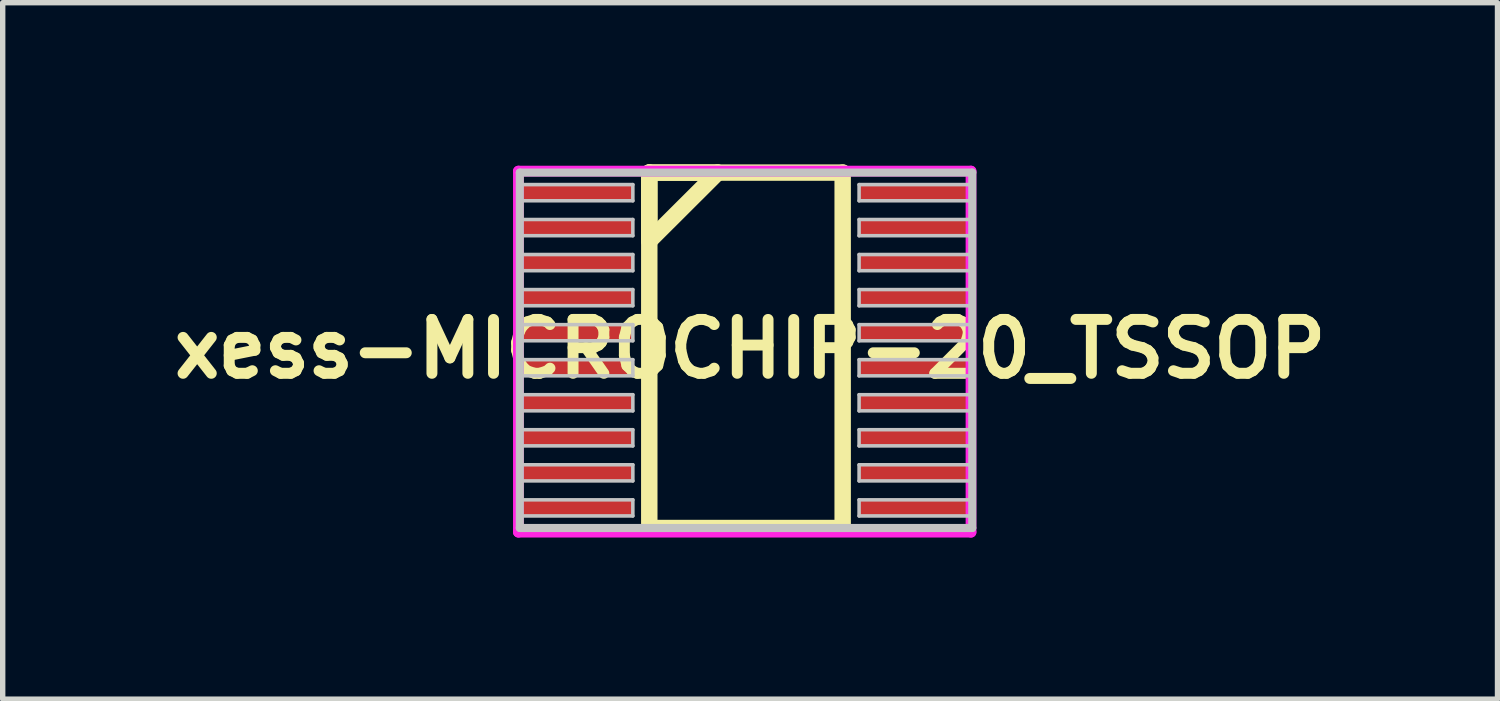
<source format=kicad_pcb>
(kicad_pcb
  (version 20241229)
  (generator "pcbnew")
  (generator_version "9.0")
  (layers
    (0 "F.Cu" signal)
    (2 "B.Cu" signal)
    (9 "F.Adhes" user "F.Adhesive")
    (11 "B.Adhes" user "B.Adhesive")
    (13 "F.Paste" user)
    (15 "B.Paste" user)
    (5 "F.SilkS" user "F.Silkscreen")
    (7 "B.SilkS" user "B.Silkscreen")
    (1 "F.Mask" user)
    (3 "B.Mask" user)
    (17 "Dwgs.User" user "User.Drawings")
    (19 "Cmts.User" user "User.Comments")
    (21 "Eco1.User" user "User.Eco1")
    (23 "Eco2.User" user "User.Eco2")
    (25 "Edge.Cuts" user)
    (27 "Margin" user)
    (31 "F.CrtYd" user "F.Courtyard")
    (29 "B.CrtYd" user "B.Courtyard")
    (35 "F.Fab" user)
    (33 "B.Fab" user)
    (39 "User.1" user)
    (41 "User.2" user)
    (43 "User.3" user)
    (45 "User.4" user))
  (footprint "xess-MICROCHIP-20_TSSOP"
    (layer "F.Cu")
    (at 7.971 0.526)
    (property "Reference" "xess-MICROCHIP-20_TSSOP" (at 2.9 2.9 180) (layer "F.SilkS") (effects (font (size 1 1) (thickness 0.203))))
    (attr smd)
    (fp_line (start 1.029 -0.373) (end 1.029 0.894) (stroke (width 0.305) (type solid)) (layer "F.SilkS"))
    (fp_line (start 1.029 -0.373) (end 1.029 6.223) (stroke (width 0.305) (type solid)) (layer "F.SilkS"))
    (fp_line (start 1.029 0.894) (end 2.299 -0.373) (stroke (width 0.305) (type solid)) (layer "F.SilkS"))
    (fp_line (start 1.029 6.223) (end 4.618 6.223) (stroke (width 0.305) (type solid)) (layer "F.SilkS"))
    (fp_line (start 2.299 -0.373) (end 1.029 -0.373) (stroke (width 0.305) (type solid)) (layer "F.SilkS"))
    (fp_line (start 4.618 -0.373) (end 1.029 -0.373) (stroke (width 0.305) (type solid)) (layer "F.SilkS"))
    (fp_line (start 4.618 6.223) (end 4.618 -0.373) (stroke (width 0.305) (type solid)) (layer "F.SilkS"))
    (fp_line (start -1.374 -0.373) (end -1.374 6.223) (stroke (width 0.15) (type solid)) (layer "Dwgs.User"))
    (fp_line (start -1.374 -0.15) (end 0.724 -0.15) (stroke (width 0.066) (type solid)) (layer "Dwgs.User"))
    (fp_line (start -1.374 0.15) (end -1.374 -0.15) (stroke (width 0.066) (type solid)) (layer "Dwgs.User"))
    (fp_line (start -1.374 0.15) (end 0.724 0.15) (stroke (width 0.066) (type solid)) (layer "Dwgs.User"))
    (fp_line (start -1.374 0.498) (end 0.724 0.498) (stroke (width 0.066) (type solid)) (layer "Dwgs.User"))
    (fp_line (start -1.374 0.798) (end -1.374 0.498) (stroke (width 0.066) (type solid)) (layer "Dwgs.User"))
    (fp_line (start -1.374 0.798) (end 0.724 0.798) (stroke (width 0.066) (type solid)) (layer "Dwgs.User"))
    (fp_line (start -1.374 1.148) (end 0.724 1.148) (stroke (width 0.066) (type solid)) (layer "Dwgs.User"))
    (fp_line (start -1.374 1.448) (end -1.374 1.148) (stroke (width 0.066) (type solid)) (layer "Dwgs.User"))
    (fp_line (start -1.374 1.448) (end 0.724 1.448) (stroke (width 0.066) (type solid)) (layer "Dwgs.User"))
    (fp_line (start -1.374 1.798) (end 0.724 1.798) (stroke (width 0.066) (type solid)) (layer "Dwgs.User"))
    (fp_line (start -1.374 2.098) (end -1.374 1.798) (stroke (width 0.066) (type solid)) (layer "Dwgs.User"))
    (fp_line (start -1.374 2.098) (end 0.724 2.098) (stroke (width 0.066) (type solid)) (layer "Dwgs.User"))
    (fp_line (start -1.374 2.449) (end 0.724 2.449) (stroke (width 0.066) (type solid)) (layer "Dwgs.User"))
    (fp_line (start -1.374 2.748) (end -1.374 2.449) (stroke (width 0.066) (type solid)) (layer "Dwgs.User"))
    (fp_line (start -1.374 2.748) (end 0.724 2.748) (stroke (width 0.066) (type solid)) (layer "Dwgs.User"))
    (fp_line (start -1.374 3.099) (end 0.724 3.099) (stroke (width 0.066) (type solid)) (layer "Dwgs.User"))
    (fp_line (start -1.374 3.399) (end -1.374 3.099) (stroke (width 0.066) (type solid)) (layer "Dwgs.User"))
    (fp_line (start -1.374 3.399) (end 0.724 3.399) (stroke (width 0.066) (type solid)) (layer "Dwgs.User"))
    (fp_line (start -1.374 3.749) (end 0.724 3.749) (stroke (width 0.066) (type solid)) (layer "Dwgs.User"))
    (fp_line (start -1.374 4.049) (end -1.374 3.749) (stroke (width 0.066) (type solid)) (layer "Dwgs.User"))
    (fp_line (start -1.374 4.049) (end 0.724 4.049) (stroke (width 0.066) (type solid)) (layer "Dwgs.User"))
    (fp_line (start -1.374 4.399) (end 0.724 4.399) (stroke (width 0.066) (type solid)) (layer "Dwgs.User"))
    (fp_line (start -1.374 4.699) (end -1.374 4.399) (stroke (width 0.066) (type solid)) (layer "Dwgs.User"))
    (fp_line (start -1.374 4.699) (end 0.724 4.699) (stroke (width 0.066) (type solid)) (layer "Dwgs.User"))
    (fp_line (start -1.374 5.05) (end 0.724 5.05) (stroke (width 0.066) (type solid)) (layer "Dwgs.User"))
    (fp_line (start -1.374 5.349) (end -1.374 5.05) (stroke (width 0.066) (type solid)) (layer "Dwgs.User"))
    (fp_line (start -1.374 5.349) (end 0.724 5.349) (stroke (width 0.066) (type solid)) (layer "Dwgs.User"))
    (fp_line (start -1.374 5.7) (end 0.724 5.7) (stroke (width 0.066) (type solid)) (layer "Dwgs.User"))
    (fp_line (start -1.374 5.999) (end -1.374 5.7) (stroke (width 0.066) (type solid)) (layer "Dwgs.User"))
    (fp_line (start -1.374 5.999) (end 0.724 5.999) (stroke (width 0.066) (type solid)) (layer "Dwgs.User"))
    (fp_line (start -1.374 6.223) (end 7.023 6.223) (stroke (width 0.15) (type solid)) (layer "Dwgs.User"))
    (fp_line (start 0.724 0.15) (end 0.724 -0.15) (stroke (width 0.066) (type solid)) (layer "Dwgs.User"))
    (fp_line (start 0.724 0.798) (end 0.724 0.498) (stroke (width 0.066) (type solid)) (layer "Dwgs.User"))
    (fp_line (start 0.724 1.448) (end 0.724 1.148) (stroke (width 0.066) (type solid)) (layer "Dwgs.User"))
    (fp_line (start 0.724 2.098) (end 0.724 1.798) (stroke (width 0.066) (type solid)) (layer "Dwgs.User"))
    (fp_line (start 0.724 2.748) (end 0.724 2.449) (stroke (width 0.066) (type solid)) (layer "Dwgs.User"))
    (fp_line (start 0.724 3.399) (end 0.724 3.099) (stroke (width 0.066) (type solid)) (layer "Dwgs.User"))
    (fp_line (start 0.724 4.049) (end 0.724 3.749) (stroke (width 0.066) (type solid)) (layer "Dwgs.User"))
    (fp_line (start 0.724 4.699) (end 0.724 4.399) (stroke (width 0.066) (type solid)) (layer "Dwgs.User"))
    (fp_line (start 0.724 5.349) (end 0.724 5.05) (stroke (width 0.066) (type solid)) (layer "Dwgs.User"))
    (fp_line (start 0.724 5.999) (end 0.724 5.7) (stroke (width 0.066) (type solid)) (layer "Dwgs.User"))
    (fp_line (start 4.923 -0.15) (end 7.023 -0.15) (stroke (width 0.066) (type solid)) (layer "Dwgs.User"))
    (fp_line (start 4.923 0.15) (end 4.923 -0.15) (stroke (width 0.066) (type solid)) (layer "Dwgs.User"))
    (fp_line (start 4.923 0.15) (end 7.023 0.15) (stroke (width 0.066) (type solid)) (layer "Dwgs.User"))
    (fp_line (start 4.923 0.498) (end 7.023 0.498) (stroke (width 0.066) (type solid)) (layer "Dwgs.User"))
    (fp_line (start 4.923 0.798) (end 4.923 0.498) (stroke (width 0.066) (type solid)) (layer "Dwgs.User"))
    (fp_line (start 4.923 0.798) (end 7.023 0.798) (stroke (width 0.066) (type solid)) (layer "Dwgs.User"))
    (fp_line (start 4.923 1.148) (end 7.023 1.148) (stroke (width 0.066) (type solid)) (layer "Dwgs.User"))
    (fp_line (start 4.923 1.448) (end 4.923 1.148) (stroke (width 0.066) (type solid)) (layer "Dwgs.User"))
    (fp_line (start 4.923 1.448) (end 7.023 1.448) (stroke (width 0.066) (type solid)) (layer "Dwgs.User"))
    (fp_line (start 4.923 1.798) (end 7.023 1.798) (stroke (width 0.066) (type solid)) (layer "Dwgs.User"))
    (fp_line (start 4.923 2.098) (end 4.923 1.798) (stroke (width 0.066) (type solid)) (layer "Dwgs.User"))
    (fp_line (start 4.923 2.098) (end 7.023 2.098) (stroke (width 0.066) (type solid)) (layer "Dwgs.User"))
    (fp_line (start 4.923 2.449) (end 7.023 2.449) (stroke (width 0.066) (type solid)) (layer "Dwgs.User"))
    (fp_line (start 4.923 2.748) (end 4.923 2.449) (stroke (width 0.066) (type solid)) (layer "Dwgs.User"))
    (fp_line (start 4.923 2.748) (end 7.023 2.748) (stroke (width 0.066) (type solid)) (layer "Dwgs.User"))
    (fp_line (start 4.923 3.099) (end 7.023 3.099) (stroke (width 0.066) (type solid)) (layer "Dwgs.User"))
    (fp_line (start 4.923 3.399) (end 4.923 3.099) (stroke (width 0.066) (type solid)) (layer "Dwgs.User"))
    (fp_line (start 4.923 3.399) (end 7.023 3.399) (stroke (width 0.066) (type solid)) (layer "Dwgs.User"))
    (fp_line (start 4.923 3.749) (end 7.023 3.749) (stroke (width 0.066) (type solid)) (layer "Dwgs.User"))
    (fp_line (start 4.923 4.049) (end 4.923 3.749) (stroke (width 0.066) (type solid)) (layer "Dwgs.User"))
    (fp_line (start 4.923 4.049) (end 7.023 4.049) (stroke (width 0.066) (type solid)) (layer "Dwgs.User"))
    (fp_line (start 4.923 4.399) (end 7.023 4.399) (stroke (width 0.066) (type solid)) (layer "Dwgs.User"))
    (fp_line (start 4.923 4.699) (end 4.923 4.399) (stroke (width 0.066) (type solid)) (layer "Dwgs.User"))
    (fp_line (start 4.923 4.699) (end 7.023 4.699) (stroke (width 0.066) (type solid)) (layer "Dwgs.User"))
    (fp_line (start 4.923 5.05) (end 7.023 5.05) (stroke (width 0.066) (type solid)) (layer "Dwgs.User"))
    (fp_line (start 4.923 5.349) (end 4.923 5.05) (stroke (width 0.066) (type solid)) (layer "Dwgs.User"))
    (fp_line (start 4.923 5.349) (end 7.023 5.349) (stroke (width 0.066) (type solid)) (layer "Dwgs.User"))
    (fp_line (start 4.923 5.7) (end 7.023 5.7) (stroke (width 0.066) (type solid)) (layer "Dwgs.User"))
    (fp_line (start 4.923 5.999) (end 4.923 5.7) (stroke (width 0.066) (type solid)) (layer "Dwgs.User"))
    (fp_line (start 4.923 5.999) (end 7.023 5.999) (stroke (width 0.066) (type solid)) (layer "Dwgs.User"))
    (fp_line (start 7.023 -0.373) (end -1.374 -0.373) (stroke (width 0.15) (type solid)) (layer "Dwgs.User"))
    (fp_line (start 7.023 0.15) (end 7.023 -0.15) (stroke (width 0.066) (type solid)) (layer "Dwgs.User"))
    (fp_line (start 7.023 0.798) (end 7.023 0.498) (stroke (width 0.066) (type solid)) (layer "Dwgs.User"))
    (fp_line (start 7.023 1.448) (end 7.023 1.148) (stroke (width 0.066) (type solid)) (layer "Dwgs.User"))
    (fp_line (start 7.023 2.098) (end 7.023 1.798) (stroke (width 0.066) (type solid)) (layer "Dwgs.User"))
    (fp_line (start 7.023 2.748) (end 7.023 2.449) (stroke (width 0.066) (type solid)) (layer "Dwgs.User"))
    (fp_line (start 7.023 3.399) (end 7.023 3.099) (stroke (width 0.066) (type solid)) (layer "Dwgs.User"))
    (fp_line (start 7.023 4.049) (end 7.023 3.749) (stroke (width 0.066) (type solid)) (layer "Dwgs.User"))
    (fp_line (start 7.023 4.699) (end 7.023 4.399) (stroke (width 0.066) (type solid)) (layer "Dwgs.User"))
    (fp_line (start 7.023 5.349) (end 7.023 5.05) (stroke (width 0.066) (type solid)) (layer "Dwgs.User"))
    (fp_line (start 7.023 5.999) (end 7.023 5.7) (stroke (width 0.066) (type solid)) (layer "Dwgs.User"))
    (fp_line (start 7.023 6.223) (end 7.023 -0.373) (stroke (width 0.15) (type solid)) (layer "Dwgs.User"))
    (fp_line (start -1.4 -0.4) (end -1.4 6.3) (stroke (width 0.2) (type solid)) (layer "F.CrtYd"))
    (fp_line (start -1.4 6.3) (end 7 6.3) (stroke (width 0.2) (type solid)) (layer "F.CrtYd"))
    (fp_line (start 7 -0.4) (end -1.4 -0.4) (stroke (width 0.2) (type solid)) (layer "F.CrtYd"))
    (fp_line (start 7 6.3) (end 7 -0.4) (stroke (width 0.2) (type solid)) (layer "F.CrtYd"))
    (pad "1" smd rect (at -0.323 0) (size 2.098 0.3) (layers "F.Cu" "F.Mask" "F.Paste"))
    (pad "2" smd rect (at -0.323 0.648) (size 2.098 0.3) (layers "F.Cu" "F.Mask" "F.Paste"))
    (pad "3" smd rect (at -0.323 1.298) (size 2.098 0.3) (layers "F.Cu" "F.Mask" "F.Paste"))
    (pad "4" smd rect (at -0.323 1.948) (size 2.098 0.3) (layers "F.Cu" "F.Mask" "F.Paste"))
    (pad "5" smd rect (at -0.323 2.598) (size 2.098 0.3) (layers "F.Cu" "F.Mask" "F.Paste"))
    (pad "6" smd rect (at -0.323 3.249) (size 2.098 0.3) (layers "F.Cu" "F.Mask" "F.Paste"))
    (pad "7" smd rect (at -0.323 3.899) (size 2.098 0.3) (layers "F.Cu" "F.Mask" "F.Paste"))
    (pad "8" smd rect (at -0.323 4.549) (size 2.098 0.3) (layers "F.Cu" "F.Mask" "F.Paste"))
    (pad "9" smd rect (at -0.323 5.199) (size 2.098 0.3) (layers "F.Cu" "F.Mask" "F.Paste"))
    (pad "10" smd rect (at -0.323 5.85) (size 2.098 0.3) (layers "F.Cu" "F.Mask" "F.Paste"))
    (pad "11" smd rect (at 5.974 5.85) (size 2.098 0.3) (layers "F.Cu" "F.Mask" "F.Paste"))
    (pad "12" smd rect (at 5.974 5.199) (size 2.098 0.3) (layers "F.Cu" "F.Mask" "F.Paste"))
    (pad "13" smd rect (at 5.974 4.549) (size 2.098 0.3) (layers "F.Cu" "F.Mask" "F.Paste"))
    (pad "14" smd rect (at 5.974 3.899) (size 2.098 0.3) (layers "F.Cu" "F.Mask" "F.Paste"))
    (pad "15" smd rect (at 5.974 3.249) (size 2.098 0.3) (layers "F.Cu" "F.Mask" "F.Paste"))
    (pad "16" smd rect (at 5.974 2.598) (size 2.098 0.3) (layers "F.Cu" "F.Mask" "F.Paste"))
    (pad "17" smd rect (at 5.974 1.948) (size 2.098 0.3) (layers "F.Cu" "F.Mask" "F.Paste"))
    (pad "18" smd rect (at 5.974 1.298) (size 2.098 0.3) (layers "F.Cu" "F.Mask" "F.Paste"))
    (pad "19" smd rect (at 5.974 0.648) (size 2.098 0.3) (layers "F.Cu" "F.Mask" "F.Paste"))
    (pad "20" smd rect (at 5.974 0) (size 2.098 0.3) (layers "F.Cu" "F.Mask" "F.Paste")))
  (gr_rect
    (start -3 -3)
    (end 24.742 9.926)
    (stroke (width 0.1) (type default))
    (fill no)
    (layer "Edge.Cuts")))
</source>
